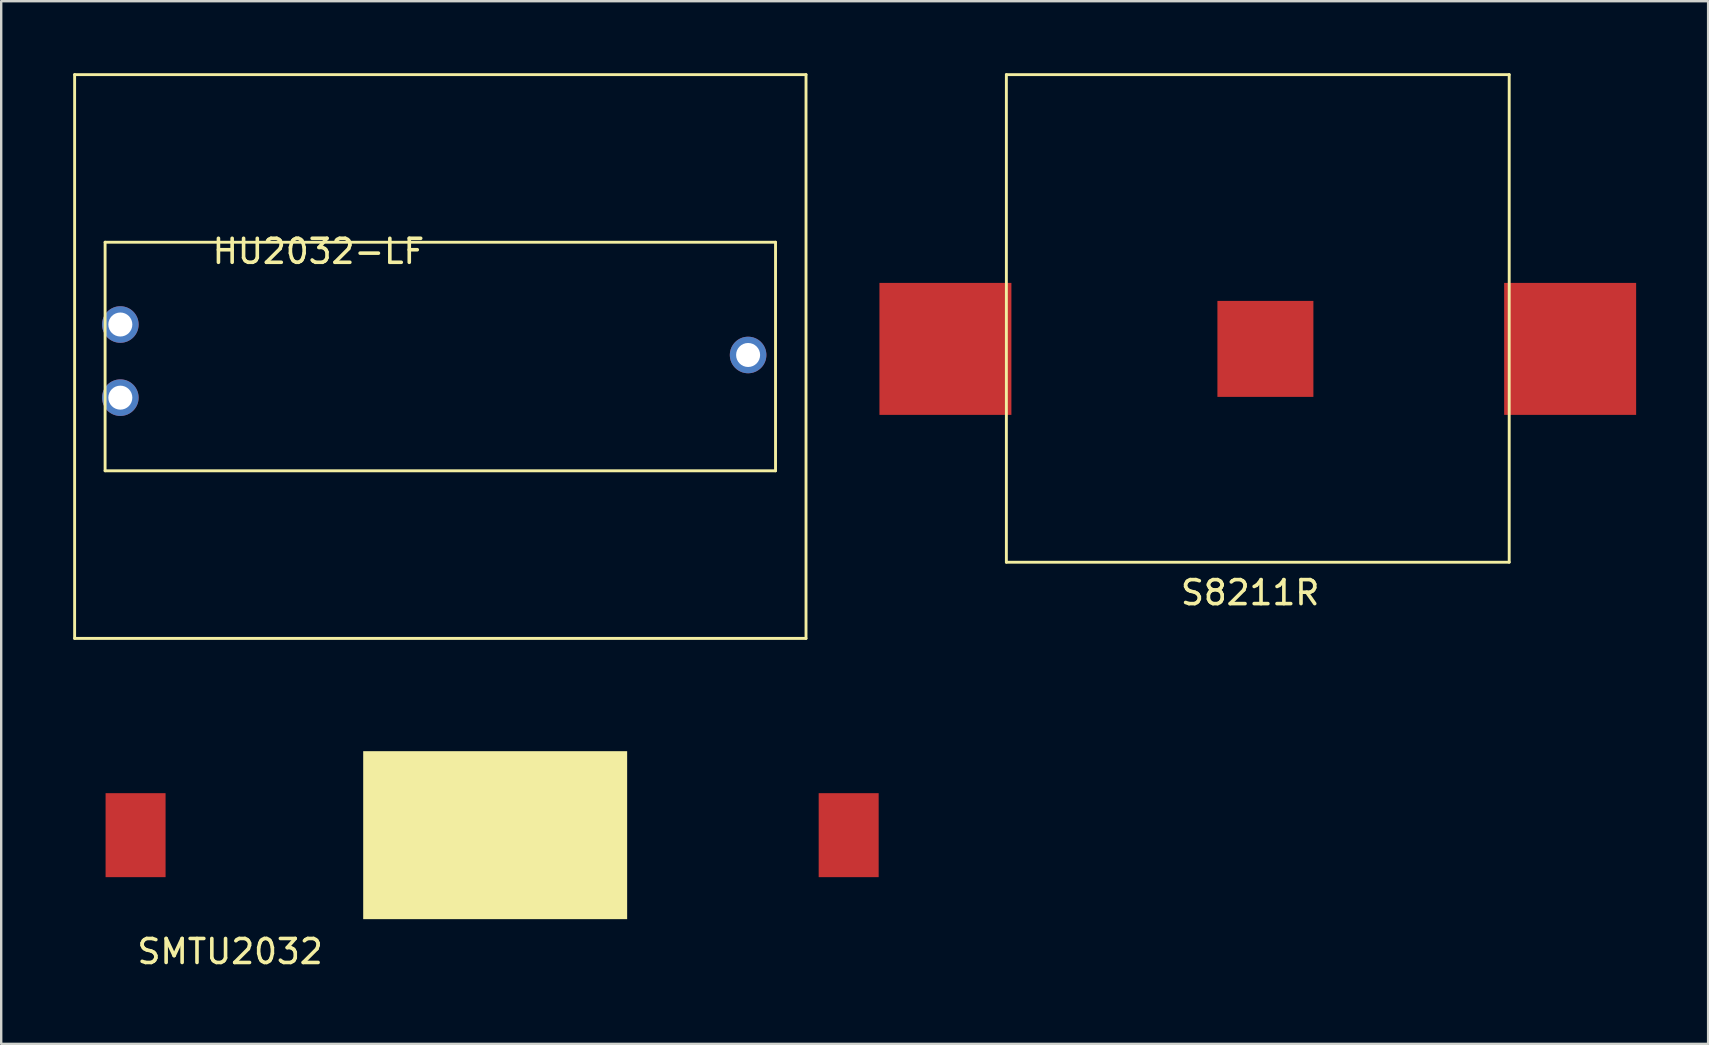
<source format=kicad_pcb>
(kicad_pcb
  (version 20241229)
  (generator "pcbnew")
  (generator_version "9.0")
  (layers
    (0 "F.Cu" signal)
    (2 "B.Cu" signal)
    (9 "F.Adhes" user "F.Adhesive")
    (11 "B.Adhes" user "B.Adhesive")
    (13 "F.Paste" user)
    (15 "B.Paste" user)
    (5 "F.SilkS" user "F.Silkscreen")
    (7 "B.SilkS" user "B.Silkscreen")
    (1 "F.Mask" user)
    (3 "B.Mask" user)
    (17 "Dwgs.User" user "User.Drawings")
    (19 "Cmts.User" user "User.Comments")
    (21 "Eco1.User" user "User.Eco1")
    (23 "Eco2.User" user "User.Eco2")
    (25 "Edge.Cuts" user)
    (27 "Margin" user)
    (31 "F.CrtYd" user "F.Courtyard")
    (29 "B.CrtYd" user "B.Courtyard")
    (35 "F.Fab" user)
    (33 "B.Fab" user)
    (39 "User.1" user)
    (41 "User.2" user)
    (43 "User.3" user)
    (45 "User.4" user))
  (footprint "S8211R"
    (layer "F.Cu")
    (at 49.685 8.95)
    (property "Reference" "S8211R" (at -0.635 12.7 0) (layer "F.SilkS") (effects (font (size 1 1) (thickness 0.15))))
    (attr through_hole)
    (fp_line (start -10.795 -8.89) (end 10.16 -8.89) (stroke (width 0.12) (type solid)) (layer "F.SilkS"))
    (fp_line (start -10.795 11.43) (end -10.795 -8.89) (stroke (width 0.12) (type solid)) (layer "F.SilkS"))
    (fp_line (start 10.16 -8.89) (end 10.16 11.43) (stroke (width 0.12) (type solid)) (layer "F.SilkS"))
    (fp_line (start 10.16 11.43) (end -10.795 11.43) (stroke (width 0.12) (type solid)) (layer "F.SilkS"))
    (pad "1" smd rect (at -13.335 2.54) (size 5.5 5.5) (layers "F.Cu" "F.Mask" "F.Paste"))
    (pad "2" smd rect (at 12.7 2.54) (size 5.5 5.5) (layers "F.Cu" "F.Mask" "F.Paste"))
    (pad "3" smd rect (at 0 2.54) (size 4 4) (layers "F.Cu" "F.Mask" "F.Paste")))
  (footprint "SMTU2032"
    (layer "F.Cu")
    (at 6.41 31.755)
    (property "Reference" "SMTU2032" (at 0.13 4.85 0) (layer "F.SilkS") (effects (font (size 1 1) (thickness 0.15))))
    (attr through_hole)
    (fp_line (start -6.35 -5.08) (end -6.35 5.08) (stroke (width 0.12) (type solid)) (layer "B.Paste"))
    (fp_line (start -6.35 5.08) (end 29.21 5.08) (stroke (width 0.12) (type solid)) (layer "B.Paste"))
    (fp_line (start 29.21 -5.08) (end -6.35 -5.08) (stroke (width 0.12) (type solid)) (layer "B.Paste"))
    (fp_line (start 29.21 5.08) (end 29.21 -5.08) (stroke (width 0.12) (type solid)) (layer "B.Paste"))
    (pad "" smd rect (at 11.176 0) (size 11 7) (layers "F.SilkS"))
    (pad "1" smd rect (at -3.81 0) (size 2.5 3.5) (layers "F.Cu" "F.Mask" "F.Paste"))
    (pad "2" smd rect (at 25.908 0) (size 2.5 3.5) (layers "F.Cu" "F.Mask" "F.Paste")))
  (footprint "HU2032-LF"
    (layer "F.Cu")
    (at 10.22 5.14)
    (property "Reference" "HU2032-LF" (at 0 2.286 0) (layer "F.SilkS") (effects (font (size 1 1) (thickness 0.15))))
    (attr through_hole)
    (fp_line (start -10.16 -5.08) (end 20.32 -5.08) (stroke (width 0.12) (type solid)) (layer "F.SilkS"))
    (fp_line (start -10.16 18.415) (end -10.16 -5.08) (stroke (width 0.12) (type solid)) (layer "F.SilkS"))
    (fp_line (start -8.89 1.905) (end 19.05 1.905) (stroke (width 0.12) (type solid)) (layer "F.SilkS"))
    (fp_line (start -8.89 11.43) (end -8.89 1.905) (stroke (width 0.12) (type solid)) (layer "F.SilkS"))
    (fp_line (start 19.05 1.905) (end 19.05 11.43) (stroke (width 0.12) (type solid)) (layer "F.SilkS"))
    (fp_line (start 19.05 11.43) (end -8.89 11.43) (stroke (width 0.12) (type solid)) (layer "F.SilkS"))
    (fp_line (start 20.32 -5.08) (end 20.32 18.415) (stroke (width 0.12) (type solid)) (layer "F.SilkS"))
    (fp_line (start 20.32 18.415) (end -10.16 18.415) (stroke (width 0.12) (type solid)) (layer "F.SilkS"))
    (pad "1" thru_hole circle (at -8.255 5.334) (size 1.524 1.524) (drill 1) (layers "*.Cu" "*.Mask"))
    (pad "2" thru_hole circle (at -8.255 8.382) (size 1.524 1.524) (drill 1) (layers "*.Cu" "*.Mask"))
    (pad "3" thru_hole circle (at 17.907 6.604) (size 1.524 1.524) (drill 1) (layers "*.Cu" "*.Mask")))
  (gr_rect
    (start -3 -3)
    (end 68.135 40.453)
    (stroke (width 0.1) (type default))
    (fill no)
    (layer "Edge.Cuts")))
</source>
